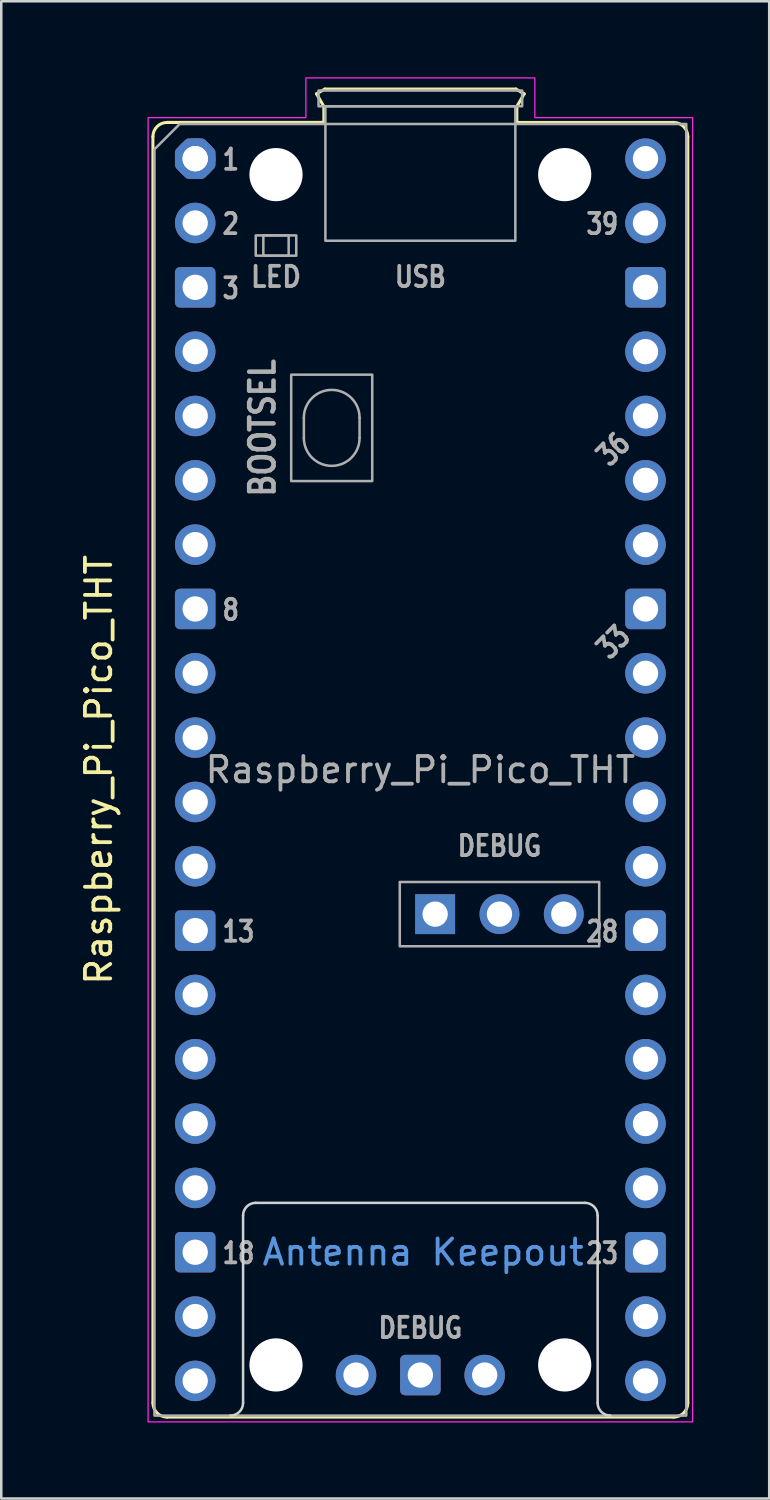
<source format=kicad_pcb>
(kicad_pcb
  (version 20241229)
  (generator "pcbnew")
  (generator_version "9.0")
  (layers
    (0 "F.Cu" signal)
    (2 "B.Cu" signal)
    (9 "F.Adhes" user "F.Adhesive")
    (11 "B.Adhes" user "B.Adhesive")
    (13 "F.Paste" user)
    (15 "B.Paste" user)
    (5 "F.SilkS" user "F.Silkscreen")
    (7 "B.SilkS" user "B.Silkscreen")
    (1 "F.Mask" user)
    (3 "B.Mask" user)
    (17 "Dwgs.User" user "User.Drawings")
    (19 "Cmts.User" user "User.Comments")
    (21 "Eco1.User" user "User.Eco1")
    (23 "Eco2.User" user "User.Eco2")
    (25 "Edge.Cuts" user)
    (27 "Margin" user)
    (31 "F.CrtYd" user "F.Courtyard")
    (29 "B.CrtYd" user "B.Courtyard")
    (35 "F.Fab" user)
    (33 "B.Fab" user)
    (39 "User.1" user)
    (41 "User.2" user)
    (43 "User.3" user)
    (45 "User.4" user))
  (footprint "Raspberry_Pi_Pico_THT"
    (layer "F.Cu")
    (at 4.658 3.215)
    (property "Reference" "Raspberry_Pi_Pico_THT" (at -3.81 24.13 270) (layer "F.SilkS") (effects (font (size 1 1) (thickness 0.15))))
    (attr through_hole)
    (fp_line (start -1.67 -0.87) (end -1.67 49.13) (stroke (width 0.12) (type solid)) (layer "F.SilkS"))
    (fp_line (start -1.11 -1.43) (end 5.08 -1.43) (stroke (width 0.12) (type solid)) (layer "F.SilkS"))
    (fp_line (start -1.11 49.69) (end 18.89 49.69) (stroke (width 0.12) (type solid)) (layer "F.SilkS"))
    (fp_line (start 4.79 -2.56) (end 5.12 -2.75) (stroke (width 0.12) (type solid)) (layer "F.SilkS"))
    (fp_line (start 5.08 -2.06) (end 4.79 -2.56) (stroke (width 0.12) (type solid)) (layer "F.SilkS"))
    (fp_line (start 5.08 -1.43) (end -1.11 -1.43) (stroke (width 0.12) (type solid)) (layer "F.SilkS"))
    (fp_line (start 5.08 -1.43) (end 5.08 -2.06) (stroke (width 0.12) (type solid)) (layer "F.SilkS"))
    (fp_line (start 5.12 -2.75) (end 12.66 -2.75) (stroke (width 0.12) (type solid)) (layer "F.SilkS"))
    (fp_line (start 12.66 -2.75) (end 12.99 -2.56) (stroke (width 0.12) (type solid)) (layer "F.SilkS"))
    (fp_line (start 12.7 -2.06) (end 12.7 -1.43) (stroke (width 0.12) (type solid)) (layer "F.SilkS"))
    (fp_line (start 12.99 -2.56) (end 12.7 -2.06) (stroke (width 0.12) (type solid)) (layer "F.SilkS"))
    (fp_line (start 18.89 -1.43) (end 12.7 -1.43) (stroke (width 0.12) (type solid)) (layer "F.SilkS"))
    (fp_line (start 19.45 -0.87) (end 19.45 49.13) (stroke (width 0.12) (type solid)) (layer "F.SilkS"))
    (fp_arc (start -1.67 -0.87) (mid -1.50598 -1.26598) (end -1.11 -1.43) (stroke (width 0.12) (type solid)) (layer "F.SilkS"))
    (fp_arc (start -1.11 49.69) (mid -1.50598 49.52598) (end -1.67 49.13) (stroke (width 0.12) (type solid)) (layer "F.SilkS"))
    (fp_arc (start 18.89 -1.43) (mid 19.28598 -1.26598) (end 19.45 -0.87) (stroke (width 0.12) (type solid)) (layer "F.SilkS"))
    (fp_arc (start 19.45 49.13) (mid 19.28598 49.52598) (end 18.89 49.69) (stroke (width 0.12) (type solid)) (layer "F.SilkS"))
    (fp_line (start 1.89 49.13) (end 1.89 41.73) (stroke (width 0.1) (type solid)) (layer "Edge.Cuts"))
    (fp_line (start 2.39 41.23) (end 15.39 41.23) (stroke (width 0.1) (type solid)) (layer "Edge.Cuts"))
    (fp_line (start 15.89 41.73) (end 15.89 49.13) (stroke (width 0.1) (type solid)) (layer "Edge.Cuts"))
    (fp_arc (start 1.89 41.73) (mid 2.036447 41.376447) (end 2.39 41.23) (stroke (width 0.1) (type solid)) (layer "Edge.Cuts"))
    (fp_arc (start 1.89 49.13) (mid 1.743553 49.483553) (end 1.39 49.63) (stroke (width 0.1) (type solid)) (layer "Edge.Cuts"))
    (fp_arc (start 15.39 41.23) (mid 15.743553 41.376447) (end 15.89 41.73) (stroke (width 0.1) (type solid)) (layer "Edge.Cuts"))
    (fp_arc (start 16.39 49.63) (mid 16.036447 49.483553) (end 15.89 49.13) (stroke (width 0.1) (type solid)) (layer "Edge.Cuts"))
    (fp_poly (pts (xy 13.41 -1.62) (xy 19.64 -1.62) (xy 19.64 49.88) (xy -1.86 49.88) (xy -1.86 -1.62) (xy 4.37 -1.62) (xy 4.37 -3.19) (xy 13.41 -3.19)) (stroke (width 0.05) (type solid)) (fill no) (layer "F.CrtYd"))
    (fp_line (start 4.29 10.23) (end 4.29 11.03) (stroke (width 0.1) (type solid)) (layer "F.Fab"))
    (fp_line (start 6.49 10.23) (end 6.49 11.03) (stroke (width 0.1) (type solid)) (layer "F.Fab"))
    (fp_rect (start 2.39 3.03) (end 3.99 3.83) (stroke (width 0.1) (type solid)) (fill no) (layer "F.Fab"))
    (fp_rect (start 2.69 3.03) (end 3.69 3.83) (stroke (width 0.1) (type solid)) (fill no) (layer "F.Fab"))
    (fp_rect (start 3.79 8.53) (end 6.99 12.73) (stroke (width 0.1) (type solid)) (fill no) (layer "F.Fab"))
    (fp_rect (start 4.87 -2.69) (end 12.91 -2.07) (stroke (width 0.1) (type solid)) (fill no) (layer "F.Fab"))
    (fp_rect (start 5.14 -2.07) (end 12.64 3.24) (stroke (width 0.1) (type solid)) (fill no) (layer "F.Fab"))
    (fp_rect (start 8.077 28.56) (end 15.951 31.1) (stroke (width 0.1) (type solid)) (fill no) (layer "F.Fab"))
    (fp_arc (start 4.29 10.23) (mid 5.39 9.13) (end 6.49 10.23) (stroke (width 0.1) (type solid)) (layer "F.Fab"))
    (fp_arc (start 6.49 11.03) (mid 5.39 12.13) (end 4.29 11.03) (stroke (width 0.1) (type solid)) (layer "F.Fab"))
    (fp_poly (pts (xy 19.39 49.63) (xy -1.61 49.63) (xy -1.61 -0.37) (xy -0.61 -1.37) (xy 19.39 -1.37)) (stroke (width 0.1) (type solid)) (fill no) (layer "F.Fab"))
    (fp_text user "Antenna Keepout" (at 9 43.18 0) (unlocked yes) (layer "Cmts.User") (effects (font (size 1 1) (thickness 0.15))))
    (fp_text user "3" (at 1 5.118 0) (unlocked yes) (layer "F.Fab") (effects (font (size 0.8 0.64) (thickness 0.15)) (justify left)))
    (fp_text user "39" (at 16.78 2.578 0) (unlocked yes) (layer "F.Fab") (effects (font (size 0.8 0.64) (thickness 0.15)) (justify right)))
    (fp_text user "DEBUG" (at 12.014 27.138 0) (unlocked yes) (layer "F.Fab") (effects (font (size 0.8 0.66) (thickness 0.15))))
    (fp_text user "23" (at 16.78 43.218 0) (unlocked yes) (layer "F.Fab") (effects (font (size 0.8 0.64) (thickness 0.15)) (justify right)))
    (fp_text user "LED" (at 3.19 4.668 0) (unlocked yes) (layer "F.Fab") (effects (font (size 0.8 0.72) (thickness 0.15))))
    (fp_text user "28" (at 16.78 30.518 0) (unlocked yes) (layer "F.Fab") (effects (font (size 0.8 0.64) (thickness 0.15)) (justify right)))
    (fp_text user "${REFERENCE}" (at 8.89 24.13 0) (unlocked yes) (layer "F.Fab") (effects (font (size 1 1) (thickness 0.15))))
    (fp_text user "8" (at 1 17.818 0) (unlocked yes) (layer "F.Fab") (effects (font (size 0.8 0.64) (thickness 0.15)) (justify left)))
    (fp_text user "USB" (at 8.89 4.668 0) (unlocked yes) (layer "F.Fab") (effects (font (size 0.8 0.66) (thickness 0.15))))
    (fp_text user "36" (at 16.51 11.468 45) (unlocked yes) (layer "F.Fab") (effects (font (size 0.8 0.64) (thickness 0.15))))
    (fp_text user "2" (at 1 2.578 0) (unlocked yes) (layer "F.Fab") (effects (font (size 0.8 0.64) (thickness 0.15)) (justify left)))
    (fp_text user "BOOTSEL" (at 2.656 10.63 90) (unlocked yes) (layer "F.Fab") (effects (font (size 0.96 0.825) (thickness 0.18))))
    (fp_text user "13" (at 1 30.518 0) (unlocked yes) (layer "F.Fab") (effects (font (size 0.8 0.64) (thickness 0.15)) (justify left)))
    (fp_text user "DEBUG" (at 8.89 46.168 0) (unlocked yes) (layer "F.Fab") (effects (font (size 0.8 0.66) (thickness 0.15))))
    (fp_text user "1" (at 1 0.038 0) (unlocked yes) (layer "F.Fab") (effects (font (size 0.8 0.64) (thickness 0.15)) (justify left)))
    (fp_text user "18" (at 1 43.218 0) (unlocked yes) (layer "F.Fab") (effects (font (size 0.8 0.64) (thickness 0.15)) (justify left)))
    (fp_text user "33" (at 16.51 19.088 45) (unlocked yes) (layer "F.Fab") (effects (font (size 0.8 0.64) (thickness 0.15))))
    (pad "" np_thru_hole circle (at 3.19 0.63) (size 2.1 2.1) (drill 2.1) (layers "*.Cu" "*.Mask"))
    (pad "" np_thru_hole circle (at 3.19 47.63) (size 2.1 2.1) (drill 2.1) (layers "*.Cu" "*.Mask"))
    (pad "" np_thru_hole circle (at 14.59 0.63) (size 2.1 2.1) (drill 2.1) (layers "*.Cu" "*.Mask"))
    (pad "" np_thru_hole circle (at 14.59 47.63) (size 2.1 2.1) (drill 2.1) (layers "*.Cu" "*.Mask"))
    (pad "1" thru_hole circle (at 0 0) (size 1.6 1.6) (drill 1) (layers "*.Cu" "*.Mask"))
    (pad "1" thru_hole custom (at 0 0) (size 1.6 1.6) (drill 1) (layers "*.Cu" "*.Mask") (options (anchor circle)) (primitives (gr_poly (pts (xy 0.6 0.249) (xy 0.249 0.6) (xy -0.249 0.6) (xy -0.6 0.249) (xy -0.6 -0.249) (xy -0.249 -0.6) (xy 0.249 -0.6) (xy 0.6 -0.249)) (width 0.4) (fill yes))))
    (pad "2" thru_hole circle (at 0 2.54) (size 1.6 1.6) (drill 1) (layers "*.Cu" "*.Mask"))
    (pad "3" thru_hole roundrect (at 0 5.08) (size 1.6 1.6) (drill 1) (layers "*.Cu" "*.Mask") (roundrect_rratio 0.125))
    (pad "4" thru_hole circle (at 0 7.62) (size 1.6 1.6) (drill 1) (layers "*.Cu" "*.Mask"))
    (pad "5" thru_hole circle (at 0 10.16) (size 1.6 1.6) (drill 1) (layers "*.Cu" "*.Mask"))
    (pad "6" thru_hole circle (at 0 12.7) (size 1.6 1.6) (drill 1) (layers "*.Cu" "*.Mask"))
    (pad "7" thru_hole circle (at 0 15.24) (size 1.6 1.6) (drill 1) (layers "*.Cu" "*.Mask"))
    (pad "8" thru_hole roundrect (at 0 17.78) (size 1.6 1.6) (drill 1) (layers "*.Cu" "*.Mask") (roundrect_rratio 0.125))
    (pad "9" thru_hole circle (at 0 20.32) (size 1.6 1.6) (drill 1) (layers "*.Cu" "*.Mask"))
    (pad "10" thru_hole circle (at 0 22.86) (size 1.6 1.6) (drill 1) (layers "*.Cu" "*.Mask"))
    (pad "11" thru_hole circle (at 0 25.4) (size 1.6 1.6) (drill 1) (layers "*.Cu" "*.Mask"))
    (pad "12" thru_hole circle (at 0 27.94) (size 1.6 1.6) (drill 1) (layers "*.Cu" "*.Mask"))
    (pad "13" thru_hole roundrect (at 0 30.48) (size 1.6 1.6) (drill 1) (layers "*.Cu" "*.Mask") (roundrect_rratio 0.125))
    (pad "14" thru_hole circle (at 0 33.02) (size 1.6 1.6) (drill 1) (layers "*.Cu" "*.Mask"))
    (pad "15" thru_hole circle (at 0 35.56) (size 1.6 1.6) (drill 1) (layers "*.Cu" "*.Mask"))
    (pad "16" thru_hole circle (at 0 38.1) (size 1.6 1.6) (drill 1) (layers "*.Cu" "*.Mask"))
    (pad "17" thru_hole circle (at 0 40.64) (size 1.6 1.6) (drill 1) (layers "*.Cu" "*.Mask"))
    (pad "18" thru_hole roundrect (at 0 43.18) (size 1.6 1.6) (drill 1) (layers "*.Cu" "*.Mask") (roundrect_rratio 0.125))
    (pad "19" thru_hole circle (at 0 45.72) (size 1.6 1.6) (drill 1) (layers "*.Cu" "*.Mask"))
    (pad "20" thru_hole circle (at 0 48.26) (size 1.6 1.6) (drill 1) (layers "*.Cu" "*.Mask"))
    (pad "21" thru_hole circle (at 17.78 48.26) (size 1.6 1.6) (drill 1) (layers "*.Cu" "*.Mask"))
    (pad "22" thru_hole circle (at 17.78 45.72) (size 1.6 1.6) (drill 1) (layers "*.Cu" "*.Mask"))
    (pad "23" thru_hole roundrect (at 17.78 43.18) (size 1.6 1.6) (drill 1) (layers "*.Cu" "*.Mask") (roundrect_rratio 0.125))
    (pad "24" thru_hole circle (at 17.78 40.64) (size 1.6 1.6) (drill 1) (layers "*.Cu" "*.Mask"))
    (pad "25" thru_hole circle (at 17.78 38.1) (size 1.6 1.6) (drill 1) (layers "*.Cu" "*.Mask"))
    (pad "26" thru_hole circle (at 17.78 35.56) (size 1.6 1.6) (drill 1) (layers "*.Cu" "*.Mask"))
    (pad "27" thru_hole circle (at 17.78 33.02) (size 1.6 1.6) (drill 1) (layers "*.Cu" "*.Mask"))
    (pad "28" thru_hole roundrect (at 17.78 30.48) (size 1.6 1.6) (drill 1) (layers "*.Cu" "*.Mask") (roundrect_rratio 0.125))
    (pad "29" thru_hole circle (at 17.78 27.94) (size 1.6 1.6) (drill 1) (layers "*.Cu" "*.Mask"))
    (pad "30" thru_hole circle (at 17.78 25.4) (size 1.6 1.6) (drill 1) (layers "*.Cu" "*.Mask"))
    (pad "31" thru_hole circle (at 17.78 22.86) (size 1.6 1.6) (drill 1) (layers "*.Cu" "*.Mask"))
    (pad "32" thru_hole circle (at 17.78 20.32) (size 1.6 1.6) (drill 1) (layers "*.Cu" "*.Mask"))
    (pad "33" thru_hole roundrect (at 17.78 17.78) (size 1.6 1.6) (drill 1) (layers "*.Cu" "*.Mask") (roundrect_rratio 0.125))
    (pad "34" thru_hole circle (at 17.78 15.24) (size 1.6 1.6) (drill 1) (layers "*.Cu" "*.Mask"))
    (pad "35" thru_hole circle (at 17.78 12.7) (size 1.6 1.6) (drill 1) (layers "*.Cu" "*.Mask"))
    (pad "36" thru_hole circle (at 17.78 10.16) (size 1.6 1.6) (drill 1) (layers "*.Cu" "*.Mask"))
    (pad "37" thru_hole circle (at 17.78 7.62) (size 1.6 1.6) (drill 1) (layers "*.Cu" "*.Mask"))
    (pad "38" thru_hole roundrect (at 17.78 5.08) (size 1.6 1.6) (drill 1) (layers "*.Cu" "*.Mask") (roundrect_rratio 0.125))
    (pad "39" thru_hole circle (at 17.78 2.54) (size 1.6 1.6) (drill 1) (layers "*.Cu" "*.Mask"))
    (pad "40" thru_hole circle (at 17.78 0) (size 1.6 1.6) (drill 1) (layers "*.Cu" "*.Mask"))
    (pad "41" thru_hole circle (at 6.35 48.03) (size 1.6 1.6) (drill 1) (layers "*.Cu" "*.Mask"))
    (pad "41" thru_hole rect (at 9.474 29.83) (size 1.575 1.575) (drill 1) (layers "*.Cu" "*.Mask"))
    (pad "42" thru_hole roundrect (at 8.89 48.03) (size 1.6 1.6) (drill 1) (layers "*.Cu" "*.Mask") (roundrect_rratio 0.125))
    (pad "42" thru_hole circle (at 12.014 29.83) (size 1.575 1.575) (drill 1) (layers "*.Cu" "*.Mask"))
    (pad "43" thru_hole circle (at 11.43 48.03) (size 1.6 1.6) (drill 1) (layers "*.Cu" "*.Mask"))
    (pad "43" thru_hole circle (at 14.554 29.83) (size 1.575 1.575) (drill 1) (layers "*.Cu" "*.Mask"))
    (zone (net_name "") (layers "F.Cu" "F.Mask" "B.Cu" "B.Mask" "F.SilkS" "B.SilkS" "F.Adhes" "B.Adhes" "F.Paste" "B.Paste") (name "Antenna Keepout") (hatch full 0.508) (connect_pads) (min_thickness 0.254) (filled_areas_thickness no) (keepout (tracks not_allowed) (vias not_allowed) (pads not_allowed) (copperpour not_allowed) (footprints not_allowed)) (placement (enabled no)) (fill) (polygon (pts (xy 20.548 52.845) (xy 6.548 52.845) (xy 6.548 44.445) (xy 20.548 44.445)))))
  (gr_rect
    (start -3 -3)
    (end 27.323 56.12)
    (stroke (width 0.1) (type default))
    (fill no)
    (layer "Edge.Cuts")))
</source>
